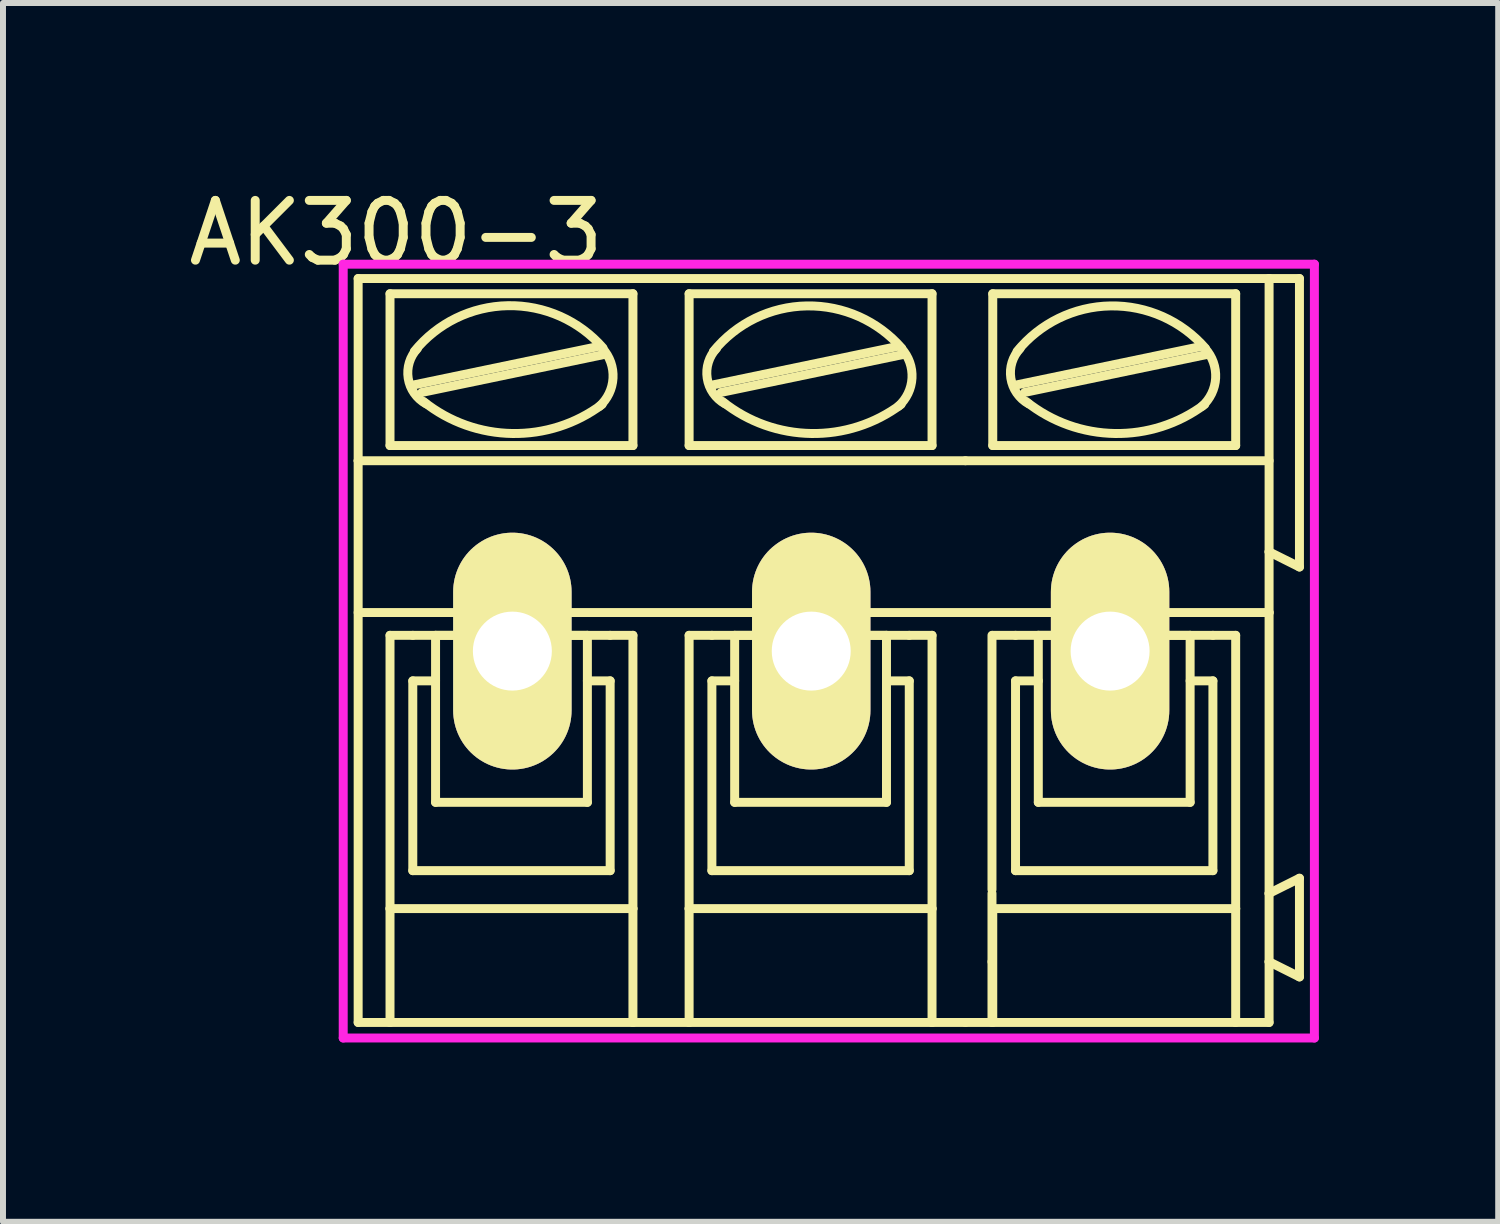
<source format=kicad_pcb>
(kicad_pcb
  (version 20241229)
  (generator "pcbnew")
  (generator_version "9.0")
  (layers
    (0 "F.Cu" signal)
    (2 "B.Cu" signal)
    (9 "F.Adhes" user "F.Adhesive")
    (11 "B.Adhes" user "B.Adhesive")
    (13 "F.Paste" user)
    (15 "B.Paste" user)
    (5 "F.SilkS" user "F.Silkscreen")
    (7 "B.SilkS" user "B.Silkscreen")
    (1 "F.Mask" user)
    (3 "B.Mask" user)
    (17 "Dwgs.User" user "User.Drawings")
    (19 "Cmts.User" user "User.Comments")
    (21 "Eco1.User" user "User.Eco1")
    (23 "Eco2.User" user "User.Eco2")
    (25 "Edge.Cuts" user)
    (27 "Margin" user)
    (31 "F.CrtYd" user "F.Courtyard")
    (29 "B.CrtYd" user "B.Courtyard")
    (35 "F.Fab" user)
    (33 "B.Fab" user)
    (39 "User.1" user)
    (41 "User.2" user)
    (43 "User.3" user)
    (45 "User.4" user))
  (footprint "AK300-3"
    (layer "F.Cu")
    (at 5.522 7.843)
    (property "Reference" "AK300-3" (at -1.945 -6.995 0) (layer "F.SilkS") (effects (font (size 1 1) (thickness 0.15))))
    (attr exclude_from_pos_files exclude_from_bom)
    (fp_line (start -2.58 -6.233) (end 12.66 -6.233) (stroke (width 0.15) (type solid)) (layer "F.SilkS"))
    (fp_line (start -2.58 -3.185) (end -2.58 -6.233) (stroke (width 0.15) (type solid)) (layer "F.SilkS"))
    (fp_line (start -2.58 -3.185) (end 7.58 -3.185) (stroke (width 0.15) (type solid)) (layer "F.SilkS"))
    (fp_line (start -2.58 -0.645) (end -2.58 -3.185) (stroke (width 0.15) (type solid)) (layer "F.SilkS"))
    (fp_line (start -2.58 6.213) (end -2.58 -0.645) (stroke (width 0.15) (type solid)) (layer "F.SilkS"))
    (fp_line (start -2.58 6.213) (end -2.047 6.213) (stroke (width 0.15) (type solid)) (layer "F.SilkS"))
    (fp_line (start -2.047 -3.439) (end -2.047 -5.979) (stroke (width 0.15) (type solid)) (layer "F.SilkS"))
    (fp_line (start -2.047 -0.264) (end -2.047 4.308) (stroke (width 0.15) (type solid)) (layer "F.SilkS"))
    (fp_line (start -2.047 -0.264) (end -1.666 -0.264) (stroke (width 0.15) (type solid)) (layer "F.SilkS"))
    (fp_line (start -2.047 4.308) (end -2.047 6.213) (stroke (width 0.15) (type solid)) (layer "F.SilkS"))
    (fp_line (start -2.047 6.213) (end 2.017 6.213) (stroke (width 0.15) (type solid)) (layer "F.SilkS"))
    (fp_line (start -1.666 0.498) (end -1.285 0.498) (stroke (width 0.15) (type solid)) (layer "F.SilkS"))
    (fp_line (start -1.666 3.673) (end -1.666 0.498) (stroke (width 0.15) (type solid)) (layer "F.SilkS"))
    (fp_line (start -1.64 -4.455) (end 1.41 -5.09) (stroke (width 0.15) (type solid)) (layer "F.SilkS"))
    (fp_line (start -1.513 -4.328) (end 1.535 -4.963) (stroke (width 0.15) (type solid)) (layer "F.SilkS"))
    (fp_line (start -1.285 -0.264) (end 1.255 -0.264) (stroke (width 0.15) (type solid)) (layer "F.SilkS"))
    (fp_line (start -1.285 2.53) (end -1.285 -0.264) (stroke (width 0.15) (type solid)) (layer "F.SilkS"))
    (fp_line (start -1.285 2.53) (end 1.255 2.53) (stroke (width 0.15) (type solid)) (layer "F.SilkS"))
    (fp_line (start 1.255 2.53) (end 1.255 -0.264) (stroke (width 0.15) (type solid)) (layer "F.SilkS"))
    (fp_line (start 1.636 -0.264) (end -1.666 -0.264) (stroke (width 0.15) (type solid)) (layer "F.SilkS"))
    (fp_line (start 1.636 0.498) (end 1.255 0.498) (stroke (width 0.15) (type solid)) (layer "F.SilkS"))
    (fp_line (start 1.636 3.673) (end -1.666 3.673) (stroke (width 0.15) (type solid)) (layer "F.SilkS"))
    (fp_line (start 1.636 3.673) (end 1.636 0.498) (stroke (width 0.15) (type solid)) (layer "F.SilkS"))
    (fp_line (start 2.017 -5.979) (end -2.047 -5.979) (stroke (width 0.15) (type solid)) (layer "F.SilkS"))
    (fp_line (start 2.017 -3.439) (end -2.047 -3.439) (stroke (width 0.15) (type solid)) (layer "F.SilkS"))
    (fp_line (start 2.017 -3.439) (end 2.017 -5.979) (stroke (width 0.15) (type solid)) (layer "F.SilkS"))
    (fp_line (start 2.017 -0.264) (end 1.636 -0.264) (stroke (width 0.15) (type solid)) (layer "F.SilkS"))
    (fp_line (start 2.017 4.308) (end -2.047 4.308) (stroke (width 0.15) (type solid)) (layer "F.SilkS"))
    (fp_line (start 2.017 4.308) (end 2.017 -0.264) (stroke (width 0.15) (type solid)) (layer "F.SilkS"))
    (fp_line (start 2.017 6.213) (end 2.017 4.308) (stroke (width 0.15) (type solid)) (layer "F.SilkS"))
    (fp_line (start 2.017 6.213) (end 2.957 6.213) (stroke (width 0.15) (type solid)) (layer "F.SilkS"))
    (fp_line (start 2.957 -5.979) (end 7.021 -5.979) (stroke (width 0.15) (type solid)) (layer "F.SilkS"))
    (fp_line (start 2.957 -3.439) (end 2.957 -5.979) (stroke (width 0.15) (type solid)) (layer "F.SilkS"))
    (fp_line (start 2.957 -0.264) (end 3.338 -0.264) (stroke (width 0.15) (type solid)) (layer "F.SilkS"))
    (fp_line (start 2.957 4.308) (end 2.957 -0.264) (stroke (width 0.15) (type solid)) (layer "F.SilkS"))
    (fp_line (start 2.957 4.308) (end 7.021 4.308) (stroke (width 0.15) (type solid)) (layer "F.SilkS"))
    (fp_line (start 2.957 6.213) (end 2.957 4.308) (stroke (width 0.15) (type solid)) (layer "F.SilkS"))
    (fp_line (start 2.957 6.213) (end 7.021 6.213) (stroke (width 0.15) (type solid)) (layer "F.SilkS"))
    (fp_line (start 3.338 -0.264) (end 6.64 -0.264) (stroke (width 0.15) (type solid)) (layer "F.SilkS"))
    (fp_line (start 3.338 0.498) (end 3.719 0.498) (stroke (width 0.15) (type solid)) (layer "F.SilkS"))
    (fp_line (start 3.338 3.673) (end 3.338 0.498) (stroke (width 0.15) (type solid)) (layer "F.SilkS"))
    (fp_line (start 3.364 -4.455) (end 6.412 -5.09) (stroke (width 0.15) (type solid)) (layer "F.SilkS"))
    (fp_line (start 3.491 -4.328) (end 6.539 -4.963) (stroke (width 0.15) (type solid)) (layer "F.SilkS"))
    (fp_line (start 3.719 -0.264) (end 6.259 -0.264) (stroke (width 0.15) (type solid)) (layer "F.SilkS"))
    (fp_line (start 3.719 2.53) (end 3.719 -0.264) (stroke (width 0.15) (type solid)) (layer "F.SilkS"))
    (fp_line (start 3.719 2.53) (end 6.259 2.53) (stroke (width 0.15) (type solid)) (layer "F.SilkS"))
    (fp_line (start 6.259 2.53) (end 6.259 -0.264) (stroke (width 0.15) (type solid)) (layer "F.SilkS"))
    (fp_line (start 6.64 0.498) (end 6.259 0.498) (stroke (width 0.15) (type solid)) (layer "F.SilkS"))
    (fp_line (start 6.64 3.673) (end 3.338 3.673) (stroke (width 0.15) (type solid)) (layer "F.SilkS"))
    (fp_line (start 6.64 3.673) (end 6.64 0.498) (stroke (width 0.15) (type solid)) (layer "F.SilkS"))
    (fp_line (start 7.021 -5.979) (end 7.021 -3.439) (stroke (width 0.15) (type solid)) (layer "F.SilkS"))
    (fp_line (start 7.021 -3.439) (end 2.957 -3.439) (stroke (width 0.15) (type solid)) (layer "F.SilkS"))
    (fp_line (start 7.021 -0.264) (end 6.64 -0.264) (stroke (width 0.15) (type solid)) (layer "F.SilkS"))
    (fp_line (start 7.021 -0.264) (end 7.021 4.308) (stroke (width 0.15) (type solid)) (layer "F.SilkS"))
    (fp_line (start 7.021 4.308) (end 7.021 6.213) (stroke (width 0.15) (type solid)) (layer "F.SilkS"))
    (fp_line (start 7.021 6.213) (end 7.58 6.213) (stroke (width 0.15) (type solid)) (layer "F.SilkS"))
    (fp_line (start 7.58 -3.185) (end 12.597 -3.185) (stroke (width 0.15) (type solid)) (layer "F.SilkS"))
    (fp_line (start 8.024 3.99) (end 8.024 -0.264) (stroke (width 0.15) (type solid)) (layer "F.SilkS"))
    (fp_line (start 8.024 4.054) (end 8.024 5.197) (stroke (width 0.15) (type solid)) (layer "F.SilkS"))
    (fp_line (start 8.024 5.197) (end 8.024 6.213) (stroke (width 0.15) (type solid)) (layer "F.SilkS"))
    (fp_line (start 8.037 -5.979) (end 12.101 -5.979) (stroke (width 0.15) (type solid)) (layer "F.SilkS"))
    (fp_line (start 8.037 -3.439) (end 8.037 -5.979) (stroke (width 0.15) (type solid)) (layer "F.SilkS"))
    (fp_line (start 8.037 -0.264) (end 8.418 -0.264) (stroke (width 0.15) (type solid)) (layer "F.SilkS"))
    (fp_line (start 8.037 4.308) (end 12.101 4.308) (stroke (width 0.15) (type solid)) (layer "F.SilkS"))
    (fp_line (start 8.037 6.213) (end 8.037 4.308) (stroke (width 0.15) (type solid)) (layer "F.SilkS"))
    (fp_line (start 8.418 -0.264) (end 11.72 -0.264) (stroke (width 0.15) (type solid)) (layer "F.SilkS"))
    (fp_line (start 8.418 0.498) (end 8.799 0.498) (stroke (width 0.15) (type solid)) (layer "F.SilkS"))
    (fp_line (start 8.418 3.673) (end 8.418 0.498) (stroke (width 0.15) (type solid)) (layer "F.SilkS"))
    (fp_line (start 8.444 -4.455) (end 11.492 -5.09) (stroke (width 0.15) (type solid)) (layer "F.SilkS"))
    (fp_line (start 8.571 -4.328) (end 11.619 -4.963) (stroke (width 0.15) (type solid)) (layer "F.SilkS"))
    (fp_line (start 8.799 -0.264) (end 11.339 -0.264) (stroke (width 0.15) (type solid)) (layer "F.SilkS"))
    (fp_line (start 8.799 2.53) (end 8.799 -0.264) (stroke (width 0.15) (type solid)) (layer "F.SilkS"))
    (fp_line (start 8.799 2.53) (end 11.339 2.53) (stroke (width 0.15) (type solid)) (layer "F.SilkS"))
    (fp_line (start 11.339 2.53) (end 11.339 -0.264) (stroke (width 0.15) (type solid)) (layer "F.SilkS"))
    (fp_line (start 11.72 0.498) (end 11.339 0.498) (stroke (width 0.15) (type solid)) (layer "F.SilkS"))
    (fp_line (start 11.72 3.673) (end 8.418 3.673) (stroke (width 0.15) (type solid)) (layer "F.SilkS"))
    (fp_line (start 11.72 3.673) (end 11.72 0.498) (stroke (width 0.15) (type solid)) (layer "F.SilkS"))
    (fp_line (start 12.088 6.213) (end 7.58 6.213) (stroke (width 0.15) (type solid)) (layer "F.SilkS"))
    (fp_line (start 12.101 -5.979) (end 12.101 -3.439) (stroke (width 0.15) (type solid)) (layer "F.SilkS"))
    (fp_line (start 12.101 -3.439) (end 8.037 -3.439) (stroke (width 0.15) (type solid)) (layer "F.SilkS"))
    (fp_line (start 12.101 -0.264) (end 11.72 -0.264) (stroke (width 0.15) (type solid)) (layer "F.SilkS"))
    (fp_line (start 12.101 -0.264) (end 12.101 4.308) (stroke (width 0.15) (type solid)) (layer "F.SilkS"))
    (fp_line (start 12.101 4.308) (end 12.101 6.213) (stroke (width 0.15) (type solid)) (layer "F.SilkS"))
    (fp_line (start 12.101 6.213) (end 12.66 6.213) (stroke (width 0.15) (type solid)) (layer "F.SilkS"))
    (fp_line (start 12.66 -6.233) (end 12.66 -3.185) (stroke (width 0.15) (type solid)) (layer "F.SilkS"))
    (fp_line (start 12.66 -6.233) (end 13.168 -6.233) (stroke (width 0.15) (type solid)) (layer "F.SilkS"))
    (fp_line (start 12.66 -3.185) (end 12.66 -1.661) (stroke (width 0.15) (type solid)) (layer "F.SilkS"))
    (fp_line (start 12.66 -1.661) (end 12.66 -0.645) (stroke (width 0.15) (type solid)) (layer "F.SilkS"))
    (fp_line (start 12.66 -0.645) (end -2.517 -0.645) (stroke (width 0.15) (type solid)) (layer "F.SilkS"))
    (fp_line (start 12.66 -0.645) (end 12.66 4.054) (stroke (width 0.15) (type solid)) (layer "F.SilkS"))
    (fp_line (start 12.66 4.054) (end 12.66 5.197) (stroke (width 0.15) (type solid)) (layer "F.SilkS"))
    (fp_line (start 12.66 5.197) (end 12.66 6.213) (stroke (width 0.15) (type solid)) (layer "F.SilkS"))
    (fp_line (start 13.168 -6.233) (end 13.168 -1.407) (stroke (width 0.15) (type solid)) (layer "F.SilkS"))
    (fp_line (start 13.168 -1.407) (end 12.66 -1.661) (stroke (width 0.15) (type solid)) (layer "F.SilkS"))
    (fp_line (start 13.168 3.8) (end 12.66 4.054) (stroke (width 0.15) (type solid)) (layer "F.SilkS"))
    (fp_line (start 13.168 3.8) (end 13.168 5.451) (stroke (width 0.15) (type solid)) (layer "F.SilkS"))
    (fp_line (start 13.168 5.451) (end 12.66 5.197) (stroke (width 0.15) (type solid)) (layer "F.SilkS"))
    (fp_arc (start -1.6402 -5.0138) (mid -0.075347 -5.778837) (end 1.516573 -5.071847) (stroke (width 0.15) (type solid)) (layer "F.SilkS"))
    (fp_arc (start -1.44462 -4.1375) (mid -1.742784 -4.563845) (end -1.58952 -5.061019) (stroke (width 0.15) (type solid)) (layer "F.SilkS"))
    (fp_arc (start 1.50178 -4.12734) (mid -0.000269 -3.640479) (end -1.485988 -4.175104) (stroke (width 0.15) (type solid)) (layer "F.SilkS"))
    (fp_arc (start 1.5094 -5.06206) (mid 1.683736 -4.565962) (end 1.45415 -4.09289) (stroke (width 0.15) (type solid)) (layer "F.SilkS"))
    (fp_arc (start 3.3636 -5.0138) (mid 4.926638 -5.774946) (end 6.514411 -5.066844) (stroke (width 0.15) (type solid)) (layer "F.SilkS"))
    (fp_arc (start 3.55664 -4.1375) (mid 3.259456 -4.565849) (end 3.414903 -5.063481) (stroke (width 0.15) (type solid)) (layer "F.SilkS"))
    (fp_arc (start 6.50304 -4.12734) (mid 5.000991 -3.640479) (end 3.515272 -4.175104) (stroke (width 0.15) (type solid)) (layer "F.SilkS"))
    (fp_arc (start 6.51066 -5.06206) (mid 6.685748 -4.567765) (end 6.457972 -4.095429) (stroke (width 0.15) (type solid)) (layer "F.SilkS"))
    (fp_arc (start 8.4436 -5.0138) (mid 10.006638 -5.774946) (end 11.594411 -5.066844) (stroke (width 0.15) (type solid)) (layer "F.SilkS"))
    (fp_arc (start 8.63664 -4.1375) (mid 8.339456 -4.565849) (end 8.494903 -5.063481) (stroke (width 0.15) (type solid)) (layer "F.SilkS"))
    (fp_arc (start 11.58304 -4.12734) (mid 10.080991 -3.640479) (end 8.595272 -4.175104) (stroke (width 0.15) (type solid)) (layer "F.SilkS"))
    (fp_arc (start 11.59066 -5.06206) (mid 11.765748 -4.567765) (end 11.537972 -4.095429) (stroke (width 0.15) (type solid)) (layer "F.SilkS"))
    (fp_line (start -2.83 -6.473) (end -2.83 6.473) (stroke (width 0.15) (type solid)) (layer "F.CrtYd"))
    (fp_line (start -2.83 6.473) (end 13.418 6.473) (stroke (width 0.15) (type solid)) (layer "F.CrtYd"))
    (fp_line (start 13.418 -6.473) (end -2.83 -6.473) (stroke (width 0.15) (type solid)) (layer "F.CrtYd"))
    (fp_line (start 13.418 6.473) (end 13.418 -6.473) (stroke (width 0.15) (type solid)) (layer "F.CrtYd"))
    (pad "1" thru_hole oval (at 0 0) (size 1.981 3.962) (drill 1.321) (layers "*.Cu" "F.Mask" "F.SilkS" "F.Paste"))
    (pad "2" thru_hole oval (at 5 0) (size 1.981 3.962) (drill 1.321) (layers "*.Cu" "F.Mask" "F.SilkS" "F.Paste"))
    (pad "3" thru_hole oval (at 10 0) (size 1.981 3.962) (drill 1.321) (layers "*.Cu" "F.Mask" "F.SilkS" "F.Paste")))
  (gr_rect
    (start -3 -3)
    (end 22.015 17.391)
    (stroke (width 0.1) (type default))
    (fill no)
    (layer "Edge.Cuts")))
</source>
